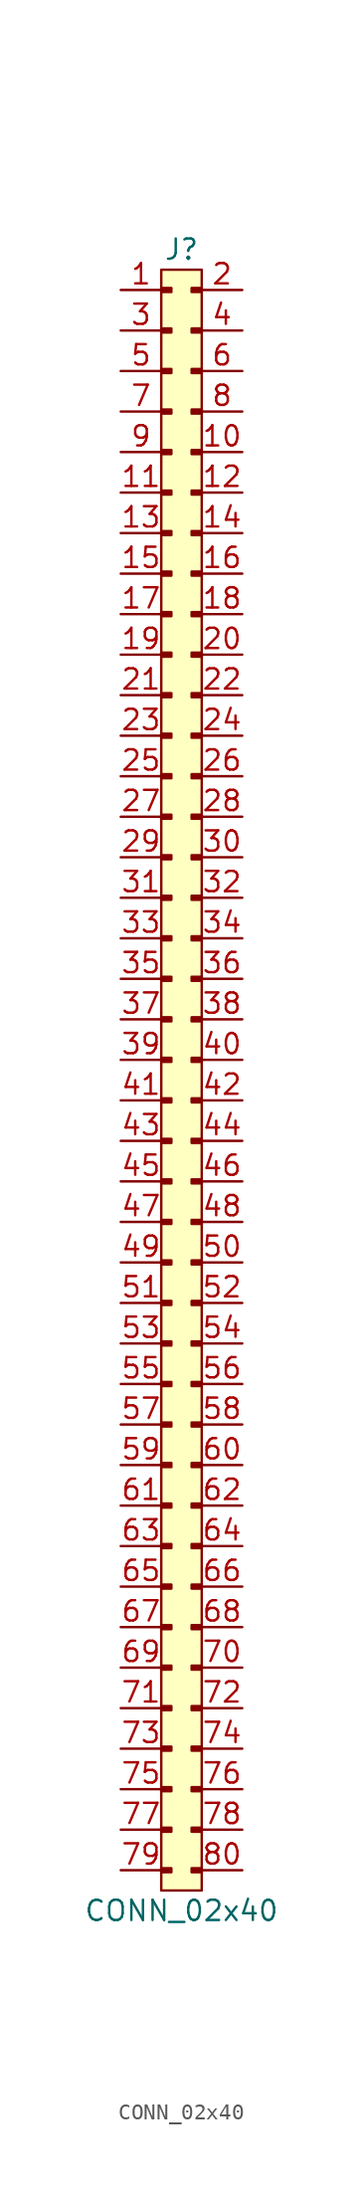
<source format=kicad_sym>
(kicad_symbol_lib
  (version 20211014)
  (generator agg_kicad.build_lib_connector)
  (symbol "CONN_02x40"
    (pin_names hide)
    (property Reference J
      (at -1.27 2.54 0)
      (effects (font (size 1.27 1.27))))
    (property Value "CONN_02x40"
      (at -1.27 -101.6 0)
      (effects (font (size 1.27 1.27))))
    (rectangle
      (start 0 -100.33)
      (end -2.54 1.27)
      (stroke (width 0) (type default) (color 0 0 0 0))
      (fill (type background)))
    (rectangle
      (start 0 0.127)
      (end -0.635 -0.127)
      (stroke (width 0) (type default) (color 0 0 0 0))
      (fill (type outline)))
    (rectangle
      (start -2.54 0.127)
      (end -1.905 -0.127)
      (stroke (width 0) (type default) (color 0 0 0 0))
      (fill (type outline)))
    (rectangle
      (start 0 -2.413)
      (end -0.635 -2.667)
      (stroke (width 0) (type default) (color 0 0 0 0))
      (fill (type outline)))
    (rectangle
      (start -2.54 -2.413)
      (end -1.905 -2.667)
      (stroke (width 0) (type default) (color 0 0 0 0))
      (fill (type outline)))
    (rectangle
      (start 0 -4.953)
      (end -0.635 -5.207)
      (stroke (width 0) (type default) (color 0 0 0 0))
      (fill (type outline)))
    (rectangle
      (start -2.54 -4.953)
      (end -1.905 -5.207)
      (stroke (width 0) (type default) (color 0 0 0 0))
      (fill (type outline)))
    (rectangle
      (start 0 -7.493)
      (end -0.635 -7.747)
      (stroke (width 0) (type default) (color 0 0 0 0))
      (fill (type outline)))
    (rectangle
      (start -2.54 -7.493)
      (end -1.905 -7.747)
      (stroke (width 0) (type default) (color 0 0 0 0))
      (fill (type outline)))
    (rectangle
      (start 0 -10.033)
      (end -0.635 -10.287)
      (stroke (width 0) (type default) (color 0 0 0 0))
      (fill (type outline)))
    (rectangle
      (start -2.54 -10.033)
      (end -1.905 -10.287)
      (stroke (width 0) (type default) (color 0 0 0 0))
      (fill (type outline)))
    (rectangle
      (start 0 -12.573)
      (end -0.635 -12.827)
      (stroke (width 0) (type default) (color 0 0 0 0))
      (fill (type outline)))
    (rectangle
      (start -2.54 -12.573)
      (end -1.905 -12.827)
      (stroke (width 0) (type default) (color 0 0 0 0))
      (fill (type outline)))
    (rectangle
      (start 0 -15.113)
      (end -0.635 -15.367)
      (stroke (width 0) (type default) (color 0 0 0 0))
      (fill (type outline)))
    (rectangle
      (start -2.54 -15.113)
      (end -1.905 -15.367)
      (stroke (width 0) (type default) (color 0 0 0 0))
      (fill (type outline)))
    (rectangle
      (start 0 -17.653)
      (end -0.635 -17.907)
      (stroke (width 0) (type default) (color 0 0 0 0))
      (fill (type outline)))
    (rectangle
      (start -2.54 -17.653)
      (end -1.905 -17.907)
      (stroke (width 0) (type default) (color 0 0 0 0))
      (fill (type outline)))
    (rectangle
      (start 0 -20.193)
      (end -0.635 -20.447)
      (stroke (width 0) (type default) (color 0 0 0 0))
      (fill (type outline)))
    (rectangle
      (start -2.54 -20.193)
      (end -1.905 -20.447)
      (stroke (width 0) (type default) (color 0 0 0 0))
      (fill (type outline)))
    (rectangle
      (start 0 -22.733)
      (end -0.635 -22.987)
      (stroke (width 0) (type default) (color 0 0 0 0))
      (fill (type outline)))
    (rectangle
      (start -2.54 -22.733)
      (end -1.905 -22.987)
      (stroke (width 0) (type default) (color 0 0 0 0))
      (fill (type outline)))
    (rectangle
      (start 0 -25.273)
      (end -0.635 -25.527)
      (stroke (width 0) (type default) (color 0 0 0 0))
      (fill (type outline)))
    (rectangle
      (start -2.54 -25.273)
      (end -1.905 -25.527)
      (stroke (width 0) (type default) (color 0 0 0 0))
      (fill (type outline)))
    (rectangle
      (start 0 -27.813)
      (end -0.635 -28.067)
      (stroke (width 0) (type default) (color 0 0 0 0))
      (fill (type outline)))
    (rectangle
      (start -2.54 -27.813)
      (end -1.905 -28.067)
      (stroke (width 0) (type default) (color 0 0 0 0))
      (fill (type outline)))
    (rectangle
      (start 0 -30.353)
      (end -0.635 -30.607)
      (stroke (width 0) (type default) (color 0 0 0 0))
      (fill (type outline)))
    (rectangle
      (start -2.54 -30.353)
      (end -1.905 -30.607)
      (stroke (width 0) (type default) (color 0 0 0 0))
      (fill (type outline)))
    (rectangle
      (start 0 -32.893)
      (end -0.635 -33.147)
      (stroke (width 0) (type default) (color 0 0 0 0))
      (fill (type outline)))
    (rectangle
      (start -2.54 -32.893)
      (end -1.905 -33.147)
      (stroke (width 0) (type default) (color 0 0 0 0))
      (fill (type outline)))
    (rectangle
      (start 0 -35.433)
      (end -0.635 -35.687)
      (stroke (width 0) (type default) (color 0 0 0 0))
      (fill (type outline)))
    (rectangle
      (start -2.54 -35.433)
      (end -1.905 -35.687)
      (stroke (width 0) (type default) (color 0 0 0 0))
      (fill (type outline)))
    (rectangle
      (start 0 -37.973)
      (end -0.635 -38.227)
      (stroke (width 0) (type default) (color 0 0 0 0))
      (fill (type outline)))
    (rectangle
      (start -2.54 -37.973)
      (end -1.905 -38.227)
      (stroke (width 0) (type default) (color 0 0 0 0))
      (fill (type outline)))
    (rectangle
      (start 0 -40.513)
      (end -0.635 -40.767)
      (stroke (width 0) (type default) (color 0 0 0 0))
      (fill (type outline)))
    (rectangle
      (start -2.54 -40.513)
      (end -1.905 -40.767)
      (stroke (width 0) (type default) (color 0 0 0 0))
      (fill (type outline)))
    (rectangle
      (start 0 -43.053)
      (end -0.635 -43.307)
      (stroke (width 0) (type default) (color 0 0 0 0))
      (fill (type outline)))
    (rectangle
      (start -2.54 -43.053)
      (end -1.905 -43.307)
      (stroke (width 0) (type default) (color 0 0 0 0))
      (fill (type outline)))
    (rectangle
      (start 0 -45.593)
      (end -0.635 -45.847)
      (stroke (width 0) (type default) (color 0 0 0 0))
      (fill (type outline)))
    (rectangle
      (start -2.54 -45.593)
      (end -1.905 -45.847)
      (stroke (width 0) (type default) (color 0 0 0 0))
      (fill (type outline)))
    (rectangle
      (start 0 -48.133)
      (end -0.635 -48.387)
      (stroke (width 0) (type default) (color 0 0 0 0))
      (fill (type outline)))
    (rectangle
      (start -2.54 -48.133)
      (end -1.905 -48.387)
      (stroke (width 0) (type default) (color 0 0 0 0))
      (fill (type outline)))
    (rectangle
      (start 0 -50.673)
      (end -0.635 -50.927)
      (stroke (width 0) (type default) (color 0 0 0 0))
      (fill (type outline)))
    (rectangle
      (start -2.54 -50.673)
      (end -1.905 -50.927)
      (stroke (width 0) (type default) (color 0 0 0 0))
      (fill (type outline)))
    (rectangle
      (start 0 -53.213)
      (end -0.635 -53.467)
      (stroke (width 0) (type default) (color 0 0 0 0))
      (fill (type outline)))
    (rectangle
      (start -2.54 -53.213)
      (end -1.905 -53.467)
      (stroke (width 0) (type default) (color 0 0 0 0))
      (fill (type outline)))
    (rectangle
      (start 0 -55.753)
      (end -0.635 -56.007)
      (stroke (width 0) (type default) (color 0 0 0 0))
      (fill (type outline)))
    (rectangle
      (start -2.54 -55.753)
      (end -1.905 -56.007)
      (stroke (width 0) (type default) (color 0 0 0 0))
      (fill (type outline)))
    (rectangle
      (start 0 -58.293)
      (end -0.635 -58.547)
      (stroke (width 0) (type default) (color 0 0 0 0))
      (fill (type outline)))
    (rectangle
      (start -2.54 -58.293)
      (end -1.905 -58.547)
      (stroke (width 0) (type default) (color 0 0 0 0))
      (fill (type outline)))
    (rectangle
      (start 0 -60.833)
      (end -0.635 -61.087)
      (stroke (width 0) (type default) (color 0 0 0 0))
      (fill (type outline)))
    (rectangle
      (start -2.54 -60.833)
      (end -1.905 -61.087)
      (stroke (width 0) (type default) (color 0 0 0 0))
      (fill (type outline)))
    (rectangle
      (start 0 -63.373)
      (end -0.635 -63.627)
      (stroke (width 0) (type default) (color 0 0 0 0))
      (fill (type outline)))
    (rectangle
      (start -2.54 -63.373)
      (end -1.905 -63.627)
      (stroke (width 0) (type default) (color 0 0 0 0))
      (fill (type outline)))
    (rectangle
      (start 0 -65.913)
      (end -0.635 -66.167)
      (stroke (width 0) (type default) (color 0 0 0 0))
      (fill (type outline)))
    (rectangle
      (start -2.54 -65.913)
      (end -1.905 -66.167)
      (stroke (width 0) (type default) (color 0 0 0 0))
      (fill (type outline)))
    (rectangle
      (start 0 -68.453)
      (end -0.635 -68.707)
      (stroke (width 0) (type default) (color 0 0 0 0))
      (fill (type outline)))
    (rectangle
      (start -2.54 -68.453)
      (end -1.905 -68.707)
      (stroke (width 0) (type default) (color 0 0 0 0))
      (fill (type outline)))
    (rectangle
      (start 0 -70.993)
      (end -0.635 -71.247)
      (stroke (width 0) (type default) (color 0 0 0 0))
      (fill (type outline)))
    (rectangle
      (start -2.54 -70.993)
      (end -1.905 -71.247)
      (stroke (width 0) (type default) (color 0 0 0 0))
      (fill (type outline)))
    (rectangle
      (start 0 -73.533)
      (end -0.635 -73.787)
      (stroke (width 0) (type default) (color 0 0 0 0))
      (fill (type outline)))
    (rectangle
      (start -2.54 -73.533)
      (end -1.905 -73.787)
      (stroke (width 0) (type default) (color 0 0 0 0))
      (fill (type outline)))
    (rectangle
      (start 0 -76.073)
      (end -0.635 -76.327)
      (stroke (width 0) (type default) (color 0 0 0 0))
      (fill (type outline)))
    (rectangle
      (start -2.54 -76.073)
      (end -1.905 -76.327)
      (stroke (width 0) (type default) (color 0 0 0 0))
      (fill (type outline)))
    (rectangle
      (start 0 -78.613)
      (end -0.635 -78.867)
      (stroke (width 0) (type default) (color 0 0 0 0))
      (fill (type outline)))
    (rectangle
      (start -2.54 -78.613)
      (end -1.905 -78.867)
      (stroke (width 0) (type default) (color 0 0 0 0))
      (fill (type outline)))
    (rectangle
      (start 0 -81.153)
      (end -0.635 -81.407)
      (stroke (width 0) (type default) (color 0 0 0 0))
      (fill (type outline)))
    (rectangle
      (start -2.54 -81.153)
      (end -1.905 -81.407)
      (stroke (width 0) (type default) (color 0 0 0 0))
      (fill (type outline)))
    (rectangle
      (start 0 -83.693)
      (end -0.635 -83.947)
      (stroke (width 0) (type default) (color 0 0 0 0))
      (fill (type outline)))
    (rectangle
      (start -2.54 -83.693)
      (end -1.905 -83.947)
      (stroke (width 0) (type default) (color 0 0 0 0))
      (fill (type outline)))
    (rectangle
      (start 0 -86.233)
      (end -0.635 -86.487)
      (stroke (width 0) (type default) (color 0 0 0 0))
      (fill (type outline)))
    (rectangle
      (start -2.54 -86.233)
      (end -1.905 -86.487)
      (stroke (width 0) (type default) (color 0 0 0 0))
      (fill (type outline)))
    (rectangle
      (start 0 -88.773)
      (end -0.635 -89.027)
      (stroke (width 0) (type default) (color 0 0 0 0))
      (fill (type outline)))
    (rectangle
      (start -2.54 -88.773)
      (end -1.905 -89.027)
      (stroke (width 0) (type default) (color 0 0 0 0))
      (fill (type outline)))
    (rectangle
      (start 0 -91.313)
      (end -0.635 -91.567)
      (stroke (width 0) (type default) (color 0 0 0 0))
      (fill (type outline)))
    (rectangle
      (start -2.54 -91.313)
      (end -1.905 -91.567)
      (stroke (width 0) (type default) (color 0 0 0 0))
      (fill (type outline)))
    (rectangle
      (start 0 -93.853)
      (end -0.635 -94.107)
      (stroke (width 0) (type default) (color 0 0 0 0))
      (fill (type outline)))
    (rectangle
      (start -2.54 -93.853)
      (end -1.905 -94.107)
      (stroke (width 0) (type default) (color 0 0 0 0))
      (fill (type outline)))
    (rectangle
      (start 0 -96.393)
      (end -0.635 -96.647)
      (stroke (width 0) (type default) (color 0 0 0 0))
      (fill (type outline)))
    (rectangle
      (start -2.54 -96.393)
      (end -1.905 -96.647)
      (stroke (width 0) (type default) (color 0 0 0 0))
      (fill (type outline)))
    (rectangle
      (start 0 -98.933)
      (end -0.635 -99.187)
      (stroke (width 0) (type default) (color 0 0 0 0))
      (fill (type outline)))
    (rectangle
      (start -2.54 -98.933)
      (end -1.905 -99.187)
      (stroke (width 0) (type default) (color 0 0 0 0))
      (fill (type outline)))
    (pin passive line
      (at 2.54 0 180)
      (length 2.54)
      (name "2" (effects (font (size 1.27 1.27))))
      (number "2" (effects (font (size 1.27 1.27)))))
    (pin passive line
      (at -5.08 0 0)
      (length 2.54)
      (name "1" (effects (font (size 1.27 1.27))))
      (number "1" (effects (font (size 1.27 1.27)))))
    (pin passive line
      (at 2.54 -2.54 180)
      (length 2.54)
      (name "4" (effects (font (size 1.27 1.27))))
      (number "4" (effects (font (size 1.27 1.27)))))
    (pin passive line
      (at -5.08 -2.54 0)
      (length 2.54)
      (name "3" (effects (font (size 1.27 1.27))))
      (number "3" (effects (font (size 1.27 1.27)))))
    (pin passive line
      (at 2.54 -5.08 180)
      (length 2.54)
      (name "6" (effects (font (size 1.27 1.27))))
      (number "6" (effects (font (size 1.27 1.27)))))
    (pin passive line
      (at -5.08 -5.08 0)
      (length 2.54)
      (name "5" (effects (font (size 1.27 1.27))))
      (number "5" (effects (font (size 1.27 1.27)))))
    (pin passive line
      (at 2.54 -7.62 180)
      (length 2.54)
      (name "8" (effects (font (size 1.27 1.27))))
      (number "8" (effects (font (size 1.27 1.27)))))
    (pin passive line
      (at -5.08 -7.62 0)
      (length 2.54)
      (name "7" (effects (font (size 1.27 1.27))))
      (number "7" (effects (font (size 1.27 1.27)))))
    (pin passive line
      (at 2.54 -10.16 180)
      (length 2.54)
      (name "10" (effects (font (size 1.27 1.27))))
      (number "10" (effects (font (size 1.27 1.27)))))
    (pin passive line
      (at -5.08 -10.16 0)
      (length 2.54)
      (name "9" (effects (font (size 1.27 1.27))))
      (number "9" (effects (font (size 1.27 1.27)))))
    (pin passive line
      (at 2.54 -12.7 180)
      (length 2.54)
      (name "12" (effects (font (size 1.27 1.27))))
      (number "12" (effects (font (size 1.27 1.27)))))
    (pin passive line
      (at -5.08 -12.7 0)
      (length 2.54)
      (name "11" (effects (font (size 1.27 1.27))))
      (number "11" (effects (font (size 1.27 1.27)))))
    (pin passive line
      (at 2.54 -15.24 180)
      (length 2.54)
      (name "14" (effects (font (size 1.27 1.27))))
      (number "14" (effects (font (size 1.27 1.27)))))
    (pin passive line
      (at -5.08 -15.24 0)
      (length 2.54)
      (name "13" (effects (font (size 1.27 1.27))))
      (number "13" (effects (font (size 1.27 1.27)))))
    (pin passive line
      (at 2.54 -17.78 180)
      (length 2.54)
      (name "16" (effects (font (size 1.27 1.27))))
      (number "16" (effects (font (size 1.27 1.27)))))
    (pin passive line
      (at -5.08 -17.78 0)
      (length 2.54)
      (name "15" (effects (font (size 1.27 1.27))))
      (number "15" (effects (font (size 1.27 1.27)))))
    (pin passive line
      (at 2.54 -20.32 180)
      (length 2.54)
      (name "18" (effects (font (size 1.27 1.27))))
      (number "18" (effects (font (size 1.27 1.27)))))
    (pin passive line
      (at -5.08 -20.32 0)
      (length 2.54)
      (name "17" (effects (font (size 1.27 1.27))))
      (number "17" (effects (font (size 1.27 1.27)))))
    (pin passive line
      (at 2.54 -22.86 180)
      (length 2.54)
      (name "20" (effects (font (size 1.27 1.27))))
      (number "20" (effects (font (size 1.27 1.27)))))
    (pin passive line
      (at -5.08 -22.86 0)
      (length 2.54)
      (name "19" (effects (font (size 1.27 1.27))))
      (number "19" (effects (font (size 1.27 1.27)))))
    (pin passive line
      (at 2.54 -25.4 180)
      (length 2.54)
      (name "22" (effects (font (size 1.27 1.27))))
      (number "22" (effects (font (size 1.27 1.27)))))
    (pin passive line
      (at -5.08 -25.4 0)
      (length 2.54)
      (name "21" (effects (font (size 1.27 1.27))))
      (number "21" (effects (font (size 1.27 1.27)))))
    (pin passive line
      (at 2.54 -27.94 180)
      (length 2.54)
      (name "24" (effects (font (size 1.27 1.27))))
      (number "24" (effects (font (size 1.27 1.27)))))
    (pin passive line
      (at -5.08 -27.94 0)
      (length 2.54)
      (name "23" (effects (font (size 1.27 1.27))))
      (number "23" (effects (font (size 1.27 1.27)))))
    (pin passive line
      (at 2.54 -30.48 180)
      (length 2.54)
      (name "26" (effects (font (size 1.27 1.27))))
      (number "26" (effects (font (size 1.27 1.27)))))
    (pin passive line
      (at -5.08 -30.48 0)
      (length 2.54)
      (name "25" (effects (font (size 1.27 1.27))))
      (number "25" (effects (font (size 1.27 1.27)))))
    (pin passive line
      (at 2.54 -33.02 180)
      (length 2.54)
      (name "28" (effects (font (size 1.27 1.27))))
      (number "28" (effects (font (size 1.27 1.27)))))
    (pin passive line
      (at -5.08 -33.02 0)
      (length 2.54)
      (name "27" (effects (font (size 1.27 1.27))))
      (number "27" (effects (font (size 1.27 1.27)))))
    (pin passive line
      (at 2.54 -35.56 180)
      (length 2.54)
      (name "30" (effects (font (size 1.27 1.27))))
      (number "30" (effects (font (size 1.27 1.27)))))
    (pin passive line
      (at -5.08 -35.56 0)
      (length 2.54)
      (name "29" (effects (font (size 1.27 1.27))))
      (number "29" (effects (font (size 1.27 1.27)))))
    (pin passive line
      (at 2.54 -38.1 180)
      (length 2.54)
      (name "32" (effects (font (size 1.27 1.27))))
      (number "32" (effects (font (size 1.27 1.27)))))
    (pin passive line
      (at -5.08 -38.1 0)
      (length 2.54)
      (name "31" (effects (font (size 1.27 1.27))))
      (number "31" (effects (font (size 1.27 1.27)))))
    (pin passive line
      (at 2.54 -40.64 180)
      (length 2.54)
      (name "34" (effects (font (size 1.27 1.27))))
      (number "34" (effects (font (size 1.27 1.27)))))
    (pin passive line
      (at -5.08 -40.64 0)
      (length 2.54)
      (name "33" (effects (font (size 1.27 1.27))))
      (number "33" (effects (font (size 1.27 1.27)))))
    (pin passive line
      (at 2.54 -43.18 180)
      (length 2.54)
      (name "36" (effects (font (size 1.27 1.27))))
      (number "36" (effects (font (size 1.27 1.27)))))
    (pin passive line
      (at -5.08 -43.18 0)
      (length 2.54)
      (name "35" (effects (font (size 1.27 1.27))))
      (number "35" (effects (font (size 1.27 1.27)))))
    (pin passive line
      (at 2.54 -45.72 180)
      (length 2.54)
      (name "38" (effects (font (size 1.27 1.27))))
      (number "38" (effects (font (size 1.27 1.27)))))
    (pin passive line
      (at -5.08 -45.72 0)
      (length 2.54)
      (name "37" (effects (font (size 1.27 1.27))))
      (number "37" (effects (font (size 1.27 1.27)))))
    (pin passive line
      (at 2.54 -48.26 180)
      (length 2.54)
      (name "40" (effects (font (size 1.27 1.27))))
      (number "40" (effects (font (size 1.27 1.27)))))
    (pin passive line
      (at -5.08 -48.26 0)
      (length 2.54)
      (name "39" (effects (font (size 1.27 1.27))))
      (number "39" (effects (font (size 1.27 1.27)))))
    (pin passive line
      (at 2.54 -50.8 180)
      (length 2.54)
      (name "42" (effects (font (size 1.27 1.27))))
      (number "42" (effects (font (size 1.27 1.27)))))
    (pin passive line
      (at -5.08 -50.8 0)
      (length 2.54)
      (name "41" (effects (font (size 1.27 1.27))))
      (number "41" (effects (font (size 1.27 1.27)))))
    (pin passive line
      (at 2.54 -53.34 180)
      (length 2.54)
      (name "44" (effects (font (size 1.27 1.27))))
      (number "44" (effects (font (size 1.27 1.27)))))
    (pin passive line
      (at -5.08 -53.34 0)
      (length 2.54)
      (name "43" (effects (font (size 1.27 1.27))))
      (number "43" (effects (font (size 1.27 1.27)))))
    (pin passive line
      (at 2.54 -55.88 180)
      (length 2.54)
      (name "46" (effects (font (size 1.27 1.27))))
      (number "46" (effects (font (size 1.27 1.27)))))
    (pin passive line
      (at -5.08 -55.88 0)
      (length 2.54)
      (name "45" (effects (font (size 1.27 1.27))))
      (number "45" (effects (font (size 1.27 1.27)))))
    (pin passive line
      (at 2.54 -58.42 180)
      (length 2.54)
      (name "48" (effects (font (size 1.27 1.27))))
      (number "48" (effects (font (size 1.27 1.27)))))
    (pin passive line
      (at -5.08 -58.42 0)
      (length 2.54)
      (name "47" (effects (font (size 1.27 1.27))))
      (number "47" (effects (font (size 1.27 1.27)))))
    (pin passive line
      (at 2.54 -60.96 180)
      (length 2.54)
      (name "50" (effects (font (size 1.27 1.27))))
      (number "50" (effects (font (size 1.27 1.27)))))
    (pin passive line
      (at -5.08 -60.96 0)
      (length 2.54)
      (name "49" (effects (font (size 1.27 1.27))))
      (number "49" (effects (font (size 1.27 1.27)))))
    (pin passive line
      (at 2.54 -63.5 180)
      (length 2.54)
      (name "52" (effects (font (size 1.27 1.27))))
      (number "52" (effects (font (size 1.27 1.27)))))
    (pin passive line
      (at -5.08 -63.5 0)
      (length 2.54)
      (name "51" (effects (font (size 1.27 1.27))))
      (number "51" (effects (font (size 1.27 1.27)))))
    (pin passive line
      (at 2.54 -66.04 180)
      (length 2.54)
      (name "54" (effects (font (size 1.27 1.27))))
      (number "54" (effects (font (size 1.27 1.27)))))
    (pin passive line
      (at -5.08 -66.04 0)
      (length 2.54)
      (name "53" (effects (font (size 1.27 1.27))))
      (number "53" (effects (font (size 1.27 1.27)))))
    (pin passive line
      (at 2.54 -68.58 180)
      (length 2.54)
      (name "56" (effects (font (size 1.27 1.27))))
      (number "56" (effects (font (size 1.27 1.27)))))
    (pin passive line
      (at -5.08 -68.58 0)
      (length 2.54)
      (name "55" (effects (font (size 1.27 1.27))))
      (number "55" (effects (font (size 1.27 1.27)))))
    (pin passive line
      (at 2.54 -71.12 180)
      (length 2.54)
      (name "58" (effects (font (size 1.27 1.27))))
      (number "58" (effects (font (size 1.27 1.27)))))
    (pin passive line
      (at -5.08 -71.12 0)
      (length 2.54)
      (name "57" (effects (font (size 1.27 1.27))))
      (number "57" (effects (font (size 1.27 1.27)))))
    (pin passive line
      (at 2.54 -73.66 180)
      (length 2.54)
      (name "60" (effects (font (size 1.27 1.27))))
      (number "60" (effects (font (size 1.27 1.27)))))
    (pin passive line
      (at -5.08 -73.66 0)
      (length 2.54)
      (name "59" (effects (font (size 1.27 1.27))))
      (number "59" (effects (font (size 1.27 1.27)))))
    (pin passive line
      (at 2.54 -76.2 180)
      (length 2.54)
      (name "62" (effects (font (size 1.27 1.27))))
      (number "62" (effects (font (size 1.27 1.27)))))
    (pin passive line
      (at -5.08 -76.2 0)
      (length 2.54)
      (name "61" (effects (font (size 1.27 1.27))))
      (number "61" (effects (font (size 1.27 1.27)))))
    (pin passive line
      (at 2.54 -78.74 180)
      (length 2.54)
      (name "64" (effects (font (size 1.27 1.27))))
      (number "64" (effects (font (size 1.27 1.27)))))
    (pin passive line
      (at -5.08 -78.74 0)
      (length 2.54)
      (name "63" (effects (font (size 1.27 1.27))))
      (number "63" (effects (font (size 1.27 1.27)))))
    (pin passive line
      (at 2.54 -81.28 180)
      (length 2.54)
      (name "66" (effects (font (size 1.27 1.27))))
      (number "66" (effects (font (size 1.27 1.27)))))
    (pin passive line
      (at -5.08 -81.28 0)
      (length 2.54)
      (name "65" (effects (font (size 1.27 1.27))))
      (number "65" (effects (font (size 1.27 1.27)))))
    (pin passive line
      (at 2.54 -83.82 180)
      (length 2.54)
      (name "68" (effects (font (size 1.27 1.27))))
      (number "68" (effects (font (size 1.27 1.27)))))
    (pin passive line
      (at -5.08 -83.82 0)
      (length 2.54)
      (name "67" (effects (font (size 1.27 1.27))))
      (number "67" (effects (font (size 1.27 1.27)))))
    (pin passive line
      (at 2.54 -86.36 180)
      (length 2.54)
      (name "70" (effects (font (size 1.27 1.27))))
      (number "70" (effects (font (size 1.27 1.27)))))
    (pin passive line
      (at -5.08 -86.36 0)
      (length 2.54)
      (name "69" (effects (font (size 1.27 1.27))))
      (number "69" (effects (font (size 1.27 1.27)))))
    (pin passive line
      (at 2.54 -88.9 180)
      (length 2.54)
      (name "72" (effects (font (size 1.27 1.27))))
      (number "72" (effects (font (size 1.27 1.27)))))
    (pin passive line
      (at -5.08 -88.9 0)
      (length 2.54)
      (name "71" (effects (font (size 1.27 1.27))))
      (number "71" (effects (font (size 1.27 1.27)))))
    (pin passive line
      (at 2.54 -91.44 180)
      (length 2.54)
      (name "74" (effects (font (size 1.27 1.27))))
      (number "74" (effects (font (size 1.27 1.27)))))
    (pin passive line
      (at -5.08 -91.44 0)
      (length 2.54)
      (name "73" (effects (font (size 1.27 1.27))))
      (number "73" (effects (font (size 1.27 1.27)))))
    (pin passive line
      (at 2.54 -93.98 180)
      (length 2.54)
      (name "76" (effects (font (size 1.27 1.27))))
      (number "76" (effects (font (size 1.27 1.27)))))
    (pin passive line
      (at -5.08 -93.98 0)
      (length 2.54)
      (name "75" (effects (font (size 1.27 1.27))))
      (number "75" (effects (font (size 1.27 1.27)))))
    (pin passive line
      (at 2.54 -96.52 180)
      (length 2.54)
      (name "78" (effects (font (size 1.27 1.27))))
      (number "78" (effects (font (size 1.27 1.27)))))
    (pin passive line
      (at -5.08 -96.52 0)
      (length 2.54)
      (name "77" (effects (font (size 1.27 1.27))))
      (number "77" (effects (font (size 1.27 1.27)))))
    (pin passive line
      (at 2.54 -99.06 180)
      (length 2.54)
      (name "80" (effects (font (size 1.27 1.27))))
      (number "80" (effects (font (size 1.27 1.27)))))
    (pin passive line
      (at -5.08 -99.06 0)
      (length 2.54)
      (name "79" (effects (font (size 1.27 1.27))))
      (number "79" (effects (font (size 1.27 1.27)))))))
</source>
